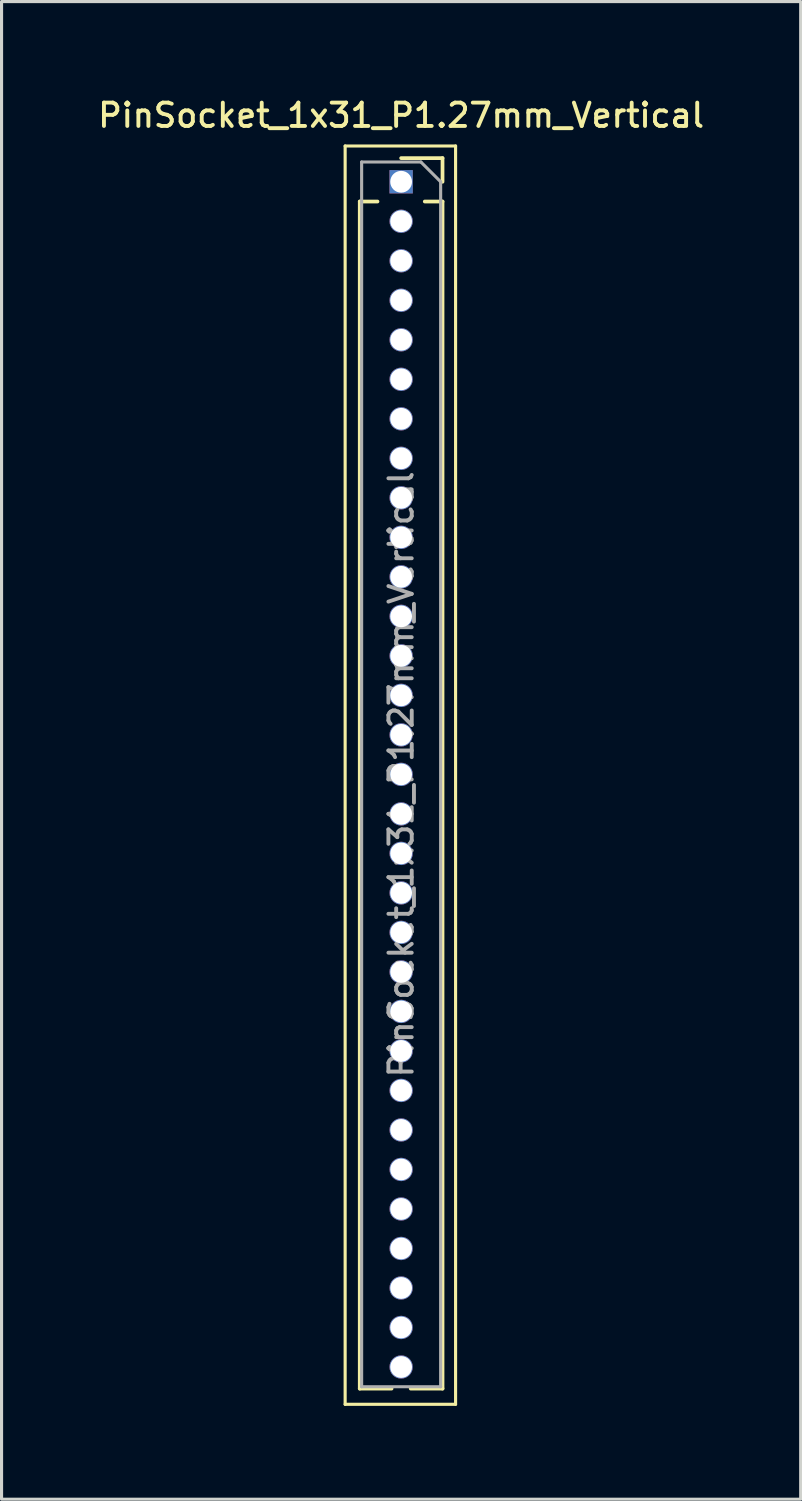
<source format=kicad_pcb>
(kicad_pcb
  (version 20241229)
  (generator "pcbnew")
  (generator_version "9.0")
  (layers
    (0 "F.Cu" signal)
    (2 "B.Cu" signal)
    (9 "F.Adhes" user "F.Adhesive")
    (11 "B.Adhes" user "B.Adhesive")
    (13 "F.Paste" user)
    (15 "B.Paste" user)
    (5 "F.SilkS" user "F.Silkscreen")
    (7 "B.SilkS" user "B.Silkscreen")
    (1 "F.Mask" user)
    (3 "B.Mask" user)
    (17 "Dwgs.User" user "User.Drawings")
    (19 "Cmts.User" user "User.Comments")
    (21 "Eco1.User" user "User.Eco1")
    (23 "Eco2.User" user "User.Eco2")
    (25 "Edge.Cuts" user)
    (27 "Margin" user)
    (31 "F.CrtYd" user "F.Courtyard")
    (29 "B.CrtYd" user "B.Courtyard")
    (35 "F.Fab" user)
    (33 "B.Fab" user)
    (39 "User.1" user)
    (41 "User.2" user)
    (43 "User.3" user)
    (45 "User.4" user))
  (footprint "PinSocket_1x31_P1.27mm_Vertical"
    (layer "F.Cu")
    (at 9.845 2.793)
    (property "Reference" "PinSocket_1x31_P1.27mm_Vertical" (at 0 -2.135 0) (layer "F.SilkS") (effects (font (size 0.75 0.75) (thickness 0.125))))
    (attr through_hole)
    (fp_line (start -1.8 -1.15) (end 1.75 -1.15) (stroke (width 0.1) (type solid)) (layer "F.SilkS"))
    (fp_line (start -1.8 39.3) (end -1.8 -1.15) (stroke (width 0.1) (type solid)) (layer "F.SilkS"))
    (fp_line (start -1.33 0.635) (end -1.33 38.795) (stroke (width 0.12) (type solid)) (layer "F.SilkS"))
    (fp_line (start -1.33 0.635) (end -0.76 0.635) (stroke (width 0.12) (type solid)) (layer "F.SilkS"))
    (fp_line (start -1.33 38.795) (end -0.308 38.795) (stroke (width 0.12) (type solid)) (layer "F.SilkS"))
    (fp_line (start 0 -0.76) (end 1.33 -0.76) (stroke (width 0.12) (type solid)) (layer "F.SilkS"))
    (fp_line (start 0.308 38.795) (end 1.33 38.795) (stroke (width 0.12) (type solid)) (layer "F.SilkS"))
    (fp_line (start 0.76 0.635) (end 1.33 0.635) (stroke (width 0.12) (type solid)) (layer "F.SilkS"))
    (fp_line (start 1.33 -0.76) (end 1.33 0) (stroke (width 0.12) (type solid)) (layer "F.SilkS"))
    (fp_line (start 1.33 0.635) (end 1.33 38.795) (stroke (width 0.12) (type solid)) (layer "F.SilkS"))
    (fp_line (start 1.75 -1.15) (end 1.75 39.3) (stroke (width 0.1) (type solid)) (layer "F.SilkS"))
    (fp_line (start 1.75 39.3) (end -1.8 39.3) (stroke (width 0.1) (type solid)) (layer "F.SilkS"))
    (fp_line (start -1.27 -0.635) (end 0.635 -0.635) (stroke (width 0.1) (type solid)) (layer "F.Fab"))
    (fp_line (start -1.27 38.735) (end -1.27 -0.635) (stroke (width 0.1) (type solid)) (layer "F.Fab"))
    (fp_line (start 0.635 -0.635) (end 1.27 0) (stroke (width 0.1) (type solid)) (layer "F.Fab"))
    (fp_line (start 1.27 0) (end 1.27 38.735) (stroke (width 0.1) (type solid)) (layer "F.Fab"))
    (fp_line (start 1.27 38.735) (end -1.27 38.735) (stroke (width 0.1) (type solid)) (layer "F.Fab"))
    (fp_text user "${REFERENCE}" (at 0 19.05 90) (layer "F.Fab") (effects (font (size 0.75 0.75) (thickness 0.125))))
    (pad "1" thru_hole rect (at 0 0) (size 0.75 0.75) (drill 0.7) (layers "*.Cu" "*.Mask"))
    (pad "2" thru_hole oval (at 0 1.27) (size 0.75 0.75) (drill 0.7) (layers "*.Cu" "*.Mask"))
    (pad "3" thru_hole oval (at 0 2.54) (size 0.75 0.75) (drill 0.7) (layers "*.Cu" "*.Mask"))
    (pad "4" thru_hole oval (at 0 3.81) (size 0.75 0.75) (drill 0.7) (layers "*.Cu" "*.Mask"))
    (pad "5" thru_hole oval (at 0 5.08) (size 0.75 0.75) (drill 0.7) (layers "*.Cu" "*.Mask"))
    (pad "6" thru_hole oval (at 0 6.35) (size 0.75 0.75) (drill 0.7) (layers "*.Cu" "*.Mask"))
    (pad "7" thru_hole oval (at 0 7.62) (size 0.75 0.75) (drill 0.7) (layers "*.Cu" "*.Mask"))
    (pad "8" thru_hole oval (at 0 8.89) (size 0.75 0.75) (drill 0.7) (layers "*.Cu" "*.Mask"))
    (pad "9" thru_hole oval (at 0 10.16) (size 0.75 0.75) (drill 0.7) (layers "*.Cu" "*.Mask"))
    (pad "10" thru_hole oval (at 0 11.43) (size 0.75 0.75) (drill 0.7) (layers "*.Cu" "*.Mask"))
    (pad "11" thru_hole oval (at 0 12.7) (size 0.75 0.75) (drill 0.7) (layers "*.Cu" "*.Mask"))
    (pad "12" thru_hole oval (at 0 13.97) (size 0.75 0.75) (drill 0.7) (layers "*.Cu" "*.Mask"))
    (pad "13" thru_hole oval (at 0 15.24) (size 0.75 0.75) (drill 0.7) (layers "*.Cu" "*.Mask"))
    (pad "14" thru_hole oval (at 0 16.51) (size 0.75 0.75) (drill 0.7) (layers "*.Cu" "*.Mask"))
    (pad "15" thru_hole oval (at 0 17.78) (size 0.75 0.75) (drill 0.7) (layers "*.Cu" "*.Mask"))
    (pad "16" thru_hole oval (at 0 19.05) (size 0.75 0.75) (drill 0.7) (layers "*.Cu" "*.Mask"))
    (pad "17" thru_hole oval (at 0 20.32) (size 0.75 0.75) (drill 0.7) (layers "*.Cu" "*.Mask"))
    (pad "18" thru_hole oval (at 0 21.59) (size 0.75 0.75) (drill 0.7) (layers "*.Cu" "*.Mask"))
    (pad "19" thru_hole oval (at 0 22.86) (size 0.75 0.75) (drill 0.7) (layers "*.Cu" "*.Mask"))
    (pad "20" thru_hole oval (at 0 24.13) (size 0.75 0.75) (drill 0.7) (layers "*.Cu" "*.Mask"))
    (pad "21" thru_hole oval (at 0 25.4) (size 0.75 0.75) (drill 0.7) (layers "*.Cu" "*.Mask"))
    (pad "22" thru_hole oval (at 0 26.67) (size 0.75 0.75) (drill 0.7) (layers "*.Cu" "*.Mask"))
    (pad "23" thru_hole oval (at 0 27.94) (size 0.75 0.75) (drill 0.7) (layers "*.Cu" "*.Mask"))
    (pad "24" thru_hole oval (at 0 29.21) (size 0.75 0.75) (drill 0.7) (layers "*.Cu" "*.Mask"))
    (pad "25" thru_hole oval (at 0 30.48) (size 0.75 0.75) (drill 0.7) (layers "*.Cu" "*.Mask"))
    (pad "26" thru_hole oval (at 0 31.75) (size 0.75 0.75) (drill 0.7) (layers "*.Cu" "*.Mask"))
    (pad "27" thru_hole oval (at 0 33.02) (size 0.75 0.75) (drill 0.7) (layers "*.Cu" "*.Mask"))
    (pad "28" thru_hole oval (at 0 34.29) (size 0.75 0.75) (drill 0.7) (layers "*.Cu" "*.Mask"))
    (pad "29" thru_hole oval (at 0 35.56) (size 0.75 0.75) (drill 0.7) (layers "*.Cu" "*.Mask"))
    (pad "30" thru_hole oval (at 0 36.83) (size 0.75 0.75) (drill 0.7) (layers "*.Cu" "*.Mask"))
    (pad "31" thru_hole oval (at 0 38.1) (size 0.75 0.75) (drill 0.7) (layers "*.Cu" "*.Mask")))
  (gr_rect
    (start -3 -3)
    (end 22.689 45.143)
    (stroke (width 0.1) (type default))
    (fill no)
    (layer "Edge.Cuts")))
</source>
